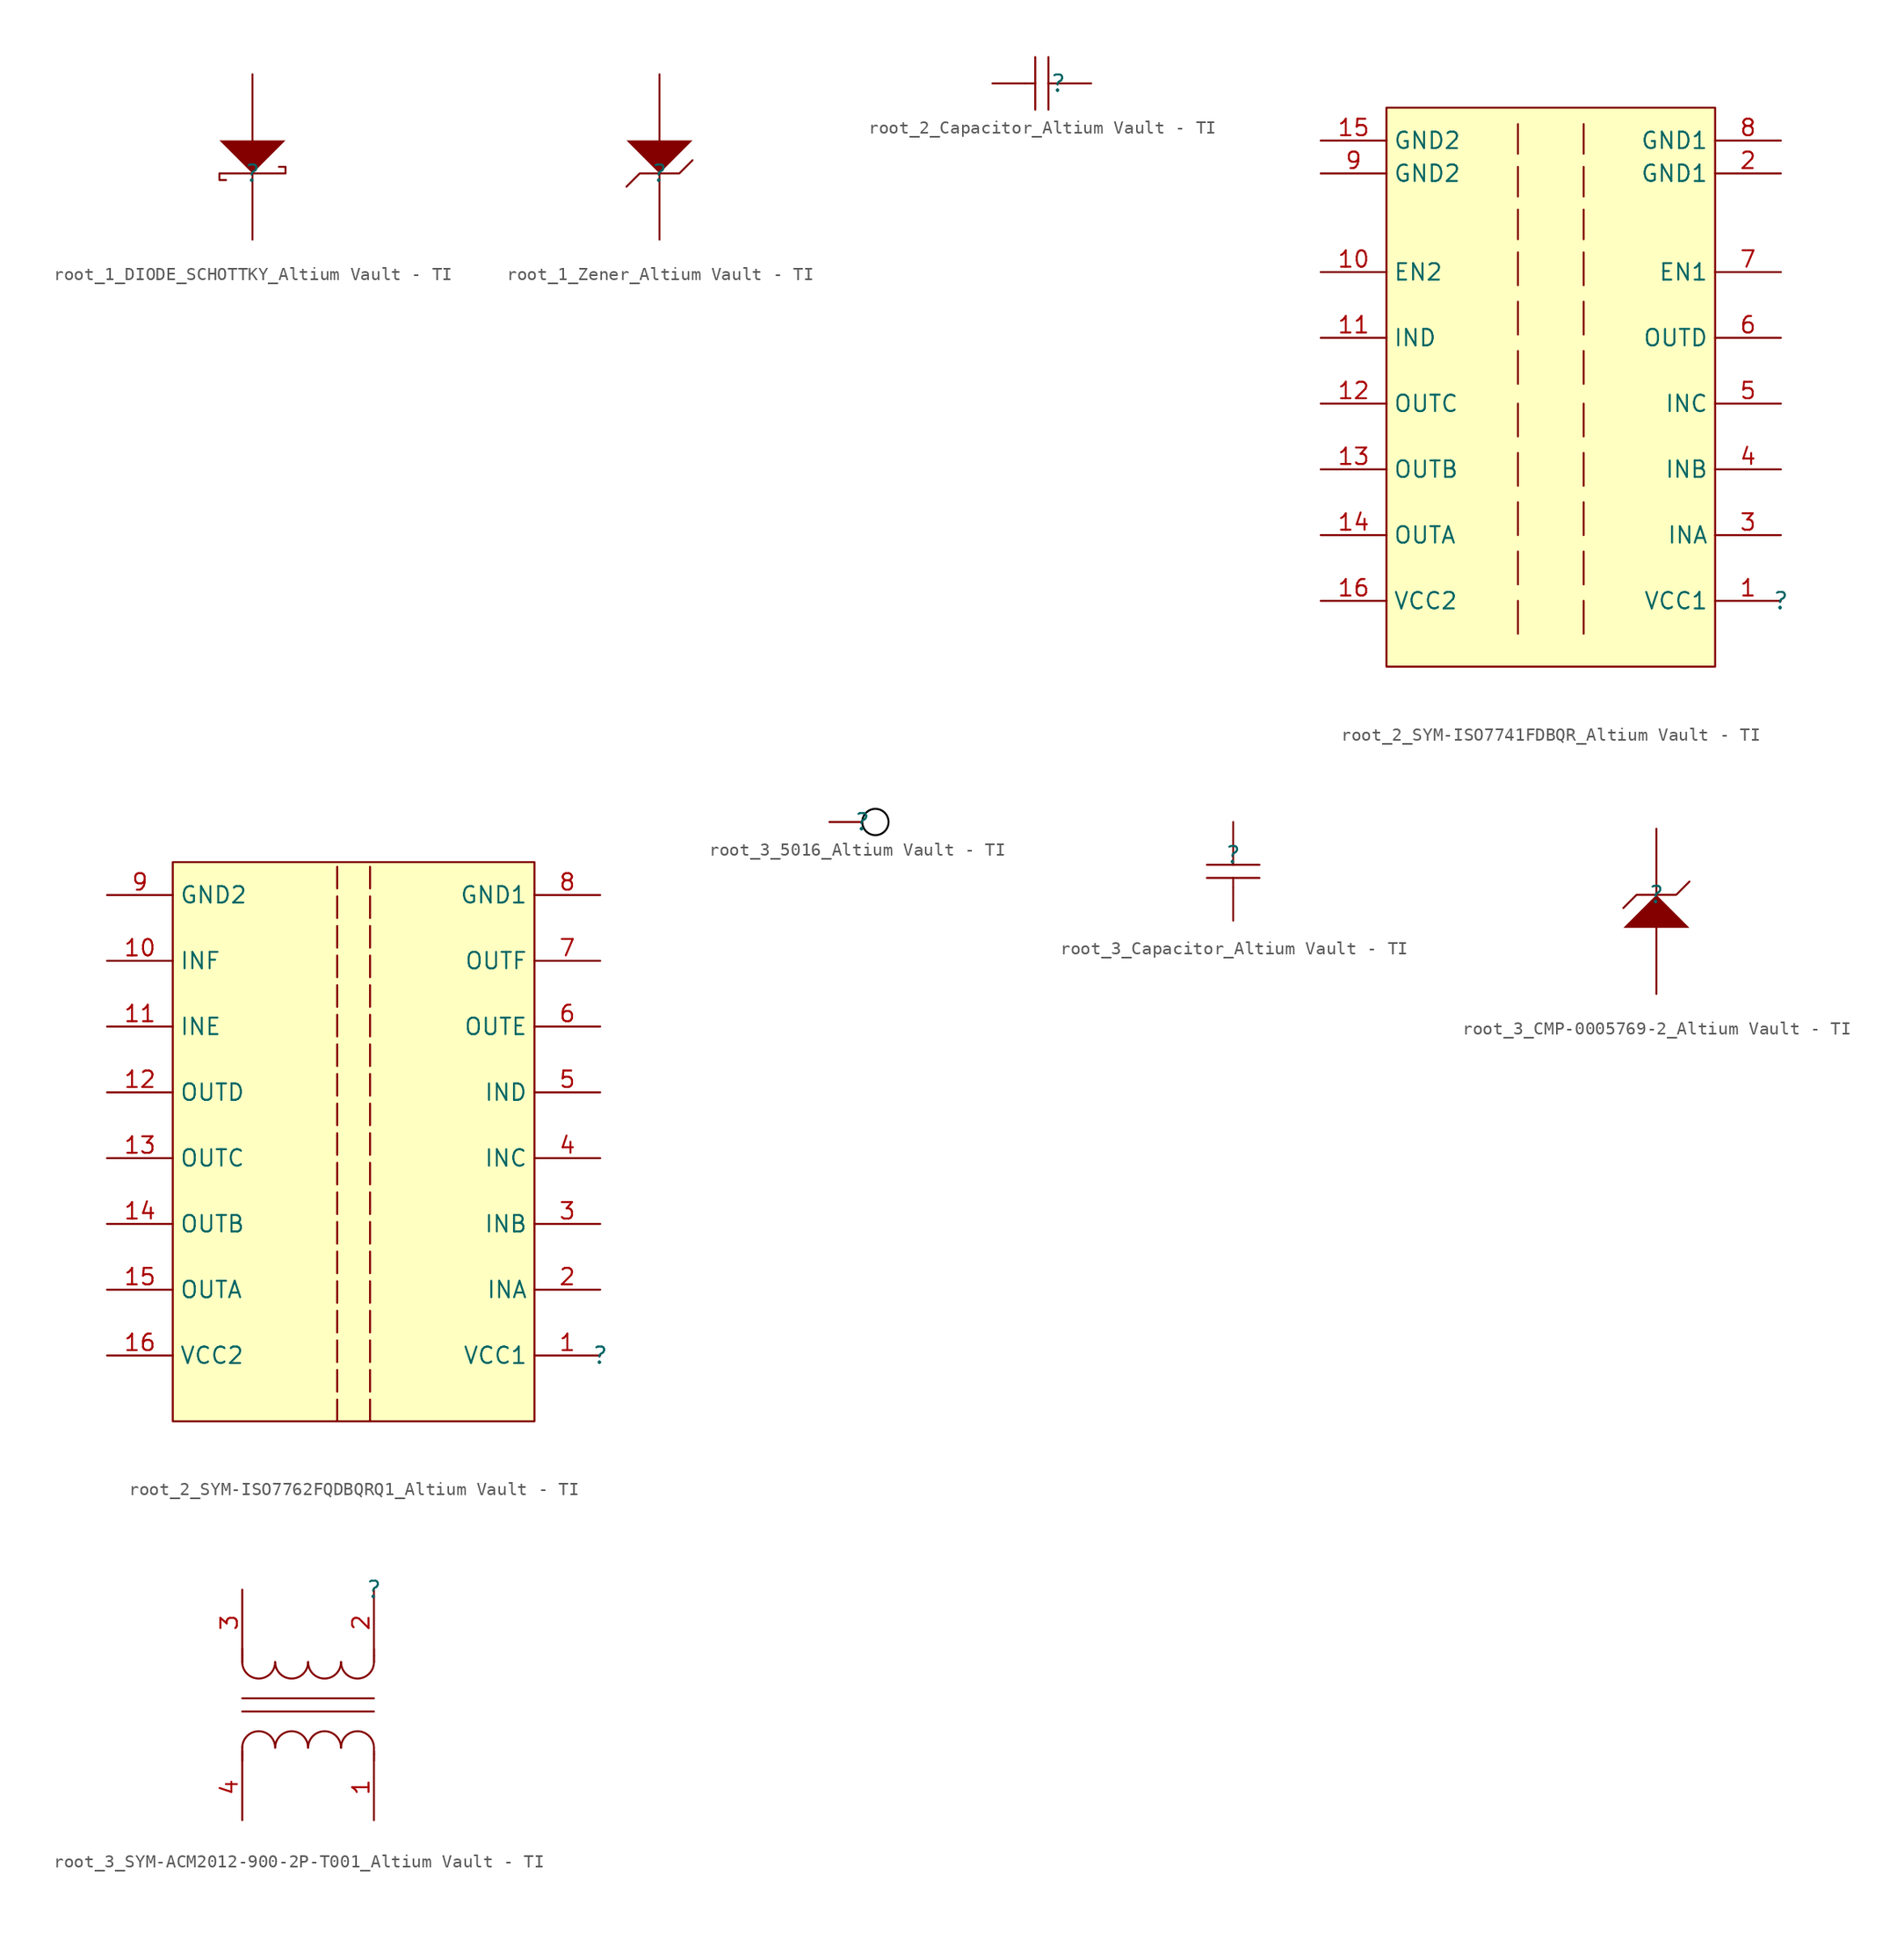
<source format=kicad_sym>
(kicad_symbol_lib
  (version 20241209)
  (generator "kicad_symbol_editor")
  (generator_version "9.0")
  (symbol "root_1_DIODE_SCHOTTKY_Altium Vault - TI"
    (pin_numbers
      (hide yes))
    (pin_names
      (hide yes))
    (property "Reference" ""
      (at 0 0 0)
      (effects (font (size 1.27 1.27))))
    (property "Value" ""
      (at 0 0 0)
      (effects (font (size 1.27 1.27))))
    (symbol "root_1_DIODE_SCHOTTKY_Altium Vault - TI_1_0"
      (polyline (pts (xy -2.54 2.54) (xy 0 0) (xy 2.54 2.54) (xy -2.54 2.54)) (stroke (width -0.0001) (type solid)) (fill (type outline)))
      (polyline (pts (xy -2.032 -0.508) (xy -2.54 -0.508) (xy -2.54 0) (xy 2.54 0) (xy 2.54 0.508) (xy 2.032 0.508)) (stroke (width 0) (type solid)) (fill (type none)))
      (pin passive line (at 0 7.62 270) (length 5.08) (name "A" (effects (font (size 1.27 1.27)))) (number "2" (effects (font (size 1.27 1.27)))))
      (pin passive line (at 0 -5.08 90) (length 5.08) (name "K" (effects (font (size 1.27 1.27)))) (number "1" (effects (font (size 1.27 1.27)))))))
  (symbol "root_1_Zener_Altium Vault - TI"
    (pin_numbers
      (hide yes))
    (pin_names
      (hide yes))
    (property "Reference" ""
      (at 0 0 0)
      (effects (font (size 1.27 1.27))))
    (property "Value" ""
      (at 0 0 0)
      (effects (font (size 1.27 1.27))))
    (symbol "root_1_Zener_Altium Vault - TI_1_0"
      (polyline (pts (xy -2.54 2.54) (xy 0 0) (xy 2.54 2.54) (xy -2.54 2.54)) (stroke (width -0.0001) (type solid)) (fill (type outline)))
      (polyline (pts (xy -2.54 -1.016) (xy -1.524 0) (xy 1.524 0) (xy 2.54 1.016)) (stroke (width 0) (type solid)) (fill (type none)))
      (pin passive line (at 0 7.62 270) (length 5.08) (name "A" (effects (font (size 1.27 1.27)))) (number "2" (effects (font (size 1.27 1.27)))))
      (pin passive line (at 0 -5.08 90) (length 5.08) (name "K" (effects (font (size 1.27 1.27)))) (number "1" (effects (font (size 1.27 1.27)))))))
  (symbol "root_2_Capacitor_Altium Vault - TI"
    (pin_numbers
      (hide yes))
    (pin_names
      (hide yes))
    (property "Reference" ""
      (at 0 0 0)
      (effects (font (size 1.27 1.27))))
    (property "Value" ""
      (at 0 0 0)
      (effects (font (size 1.27 1.27))))
    (symbol "root_2_Capacitor_Altium Vault - TI_1_0"
      (polyline (pts (xy -2.54 0) (xy -1.778 0)) (stroke (width 0) (type solid)) (fill (type none)))
      (polyline (pts (xy -1.778 -2.032) (xy -1.778 2.032)) (stroke (width 0) (type solid)) (fill (type none)))
      (polyline (pts (xy -0.762 -2.032) (xy -0.762 2.032)) (stroke (width 0) (type solid)) (fill (type none)))
      (polyline (pts (xy 0 0) (xy -0.762 0)) (stroke (width 0) (type solid)) (fill (type none)))
      (pin passive line (at -5.08 0 0) (length 2.54) (name "1" (effects (font (size 1.27 1.27)))) (number "1" (effects (font (size 1.27 1.27)))))
      (pin passive line (at 2.54 0 180) (length 2.54) (name "2" (effects (font (size 1.27 1.27)))) (number "2" (effects (font (size 1.27 1.27)))))))
  (symbol "root_2_SYM-ISO7741FDBQR_Altium Vault - TI"
    (property "Reference" ""
      (at 0 0 0)
      (effects (font (size 1.27 1.27))))
    (property "Value" ""
      (at 0 0 0)
      (effects (font (size 1.27 1.27))))
    (symbol "root_2_SYM-ISO7741FDBQR_Altium Vault - TI_1_0"
      (polyline (pts (xy -20.32 36.83) (xy -20.32 34.544)) (stroke (width 0) (type solid)) (fill (type none)))
      (polyline (pts (xy -20.32 33.528) (xy -20.32 31.242)) (stroke (width 0) (type solid)) (fill (type none)))
      (polyline (pts (xy -20.32 30.226) (xy -20.32 27.94)) (stroke (width 0) (type solid)) (fill (type none)))
      (polyline (pts (xy -20.32 26.924) (xy -20.32 24.384)) (stroke (width 0) (type solid)) (fill (type none)))
      (polyline (pts (xy -20.32 23.114) (xy -20.32 20.574)) (stroke (width 0) (type solid)) (fill (type none)))
      (polyline (pts (xy -20.32 19.304) (xy -20.32 16.764)) (stroke (width 0) (type solid)) (fill (type none)))
      (polyline (pts (xy -20.32 15.24) (xy -20.32 12.7)) (stroke (width 0) (type solid)) (fill (type none)))
      (polyline (pts (xy -20.32 11.43) (xy -20.32 8.89)) (stroke (width 0) (type solid)) (fill (type none)))
      (polyline (pts (xy -20.32 7.62) (xy -20.32 5.08)) (stroke (width 0) (type solid)) (fill (type none)))
      (polyline (pts (xy -20.32 3.81) (xy -20.32 1.27)) (stroke (width 0) (type solid)) (fill (type none)))
      (polyline (pts (xy -20.32 -2.54) (xy -20.32 0)) (stroke (width 0) (type solid)) (fill (type none)))
      (polyline (pts (xy -15.24 36.83) (xy -15.24 34.544)) (stroke (width 0) (type solid)) (fill (type none)))
      (polyline (pts (xy -15.24 33.528) (xy -15.24 31.242)) (stroke (width 0) (type solid)) (fill (type none)))
      (polyline (pts (xy -15.24 30.226) (xy -15.24 27.94)) (stroke (width 0) (type solid)) (fill (type none)))
      (polyline (pts (xy -15.24 26.924) (xy -15.24 24.384)) (stroke (width 0) (type solid)) (fill (type none)))
      (polyline (pts (xy -15.24 23.114) (xy -15.24 20.574)) (stroke (width 0) (type solid)) (fill (type none)))
      (polyline (pts (xy -15.24 19.304) (xy -15.24 16.764)) (stroke (width 0) (type solid)) (fill (type none)))
      (polyline (pts (xy -15.24 15.24) (xy -15.24 12.7)) (stroke (width 0) (type solid)) (fill (type none)))
      (polyline (pts (xy -15.24 11.43) (xy -15.24 8.89)) (stroke (width 0) (type solid)) (fill (type none)))
      (polyline (pts (xy -15.24 7.62) (xy -15.24 5.08)) (stroke (width 0) (type solid)) (fill (type none)))
      (polyline (pts (xy -15.24 3.81) (xy -15.24 1.27)) (stroke (width 0) (type solid)) (fill (type none)))
      (polyline (pts (xy -15.24 -2.54) (xy -15.24 0)) (stroke (width 0) (type solid)) (fill (type none)))
      (rectangle (start -5.08 38.1) (end -30.48 -5.08) (stroke (width 0) (type solid) (color 128 0 0 1)) (fill (type background)))
      (pin power_in line (at -35.56 35.56 0) (length 5.08) (name "GND2" (effects (font (size 1.27 1.27)))) (number "15" (effects (font (size 1.27 1.27)))))
      (pin power_in line (at -35.56 33.02 0) (length 5.08) (name "GND2" (effects (font (size 1.27 1.27)))) (number "9" (effects (font (size 1.27 1.27)))))
      (pin input line (at -35.56 25.4 0) (length 5.08) (name "EN2" (effects (font (size 1.27 1.27)))) (number "10" (effects (font (size 1.27 1.27)))))
      (pin input line (at -35.56 20.32 0) (length 5.08) (name "IND" (effects (font (size 1.27 1.27)))) (number "11" (effects (font (size 1.27 1.27)))))
      (pin tri_state line (at -35.56 15.24 0) (length 5.08) (name "OUTC" (effects (font (size 1.27 1.27)))) (number "12" (effects (font (size 1.27 1.27)))))
      (pin tri_state line (at -35.56 10.16 0) (length 5.08) (name "OUTB" (effects (font (size 1.27 1.27)))) (number "13" (effects (font (size 1.27 1.27)))))
      (pin tri_state line (at -35.56 5.08 0) (length 5.08) (name "OUTA" (effects (font (size 1.27 1.27)))) (number "14" (effects (font (size 1.27 1.27)))))
      (pin power_in line (at -35.56 0 0) (length 5.08) (name "VCC2" (effects (font (size 1.27 1.27)))) (number "16" (effects (font (size 1.27 1.27)))))
      (pin power_in line (at 0 35.56 180) (length 5.08) (name "GND1" (effects (font (size 1.27 1.27)))) (number "8" (effects (font (size 1.27 1.27)))))
      (pin power_in line (at 0 33.02 180) (length 5.08) (name "GND1" (effects (font (size 1.27 1.27)))) (number "2" (effects (font (size 1.27 1.27)))))
      (pin input line (at 0 25.4 180) (length 5.08) (name "EN1" (effects (font (size 1.27 1.27)))) (number "7" (effects (font (size 1.27 1.27)))))
      (pin tri_state line (at 0 20.32 180) (length 5.08) (name "OUTD" (effects (font (size 1.27 1.27)))) (number "6" (effects (font (size 1.27 1.27)))))
      (pin input line (at 0 15.24 180) (length 5.08) (name "INC" (effects (font (size 1.27 1.27)))) (number "5" (effects (font (size 1.27 1.27)))))
      (pin input line (at 0 10.16 180) (length 5.08) (name "INB" (effects (font (size 1.27 1.27)))) (number "4" (effects (font (size 1.27 1.27)))))
      (pin input line (at 0 5.08 180) (length 5.08) (name "INA" (effects (font (size 1.27 1.27)))) (number "3" (effects (font (size 1.27 1.27)))))
      (pin power_in line (at 0 0 180) (length 5.08) (name "VCC1" (effects (font (size 1.27 1.27)))) (number "1" (effects (font (size 1.27 1.27)))))))
  (symbol "root_2_SYM-ISO7762FQDBQRQ1_Altium Vault - TI"
    (property "Reference" ""
      (at 0 0 0)
      (effects (font (size 1.27 1.27))))
    (property "Value" ""
      (at 0 0 0)
      (effects (font (size 1.27 1.27))))
    (symbol "root_2_SYM-ISO7762FQDBQRQ1_Altium Vault - TI_1_0"
      (polyline (pts (xy -20.32 -5.08) (xy -20.32 38.1)) (stroke (width 0) (type dash)) (fill (type none)))
      (polyline (pts (xy -17.78 -5.08) (xy -17.78 38.1)) (stroke (width 0) (type dash)) (fill (type none)))
      (rectangle (start -5.08 38.1) (end -33.02 -5.08) (stroke (width 0) (type solid) (color 128 0 0 1)) (fill (type background)))
      (pin power_in line (at -38.1 35.56 0) (length 5.08) (name "GND2" (effects (font (size 1.27 1.27)))) (number "9" (effects (font (size 1.27 1.27)))))
      (pin input line (at -38.1 30.48 0) (length 5.08) (name "INF" (effects (font (size 1.27 1.27)))) (number "10" (effects (font (size 1.27 1.27)))))
      (pin input line (at -38.1 25.4 0) (length 5.08) (name "INE" (effects (font (size 1.27 1.27)))) (number "11" (effects (font (size 1.27 1.27)))))
      (pin output line (at -38.1 20.32 0) (length 5.08) (name "OUTD" (effects (font (size 1.27 1.27)))) (number "12" (effects (font (size 1.27 1.27)))))
      (pin output line (at -38.1 15.24 0) (length 5.08) (name "OUTC" (effects (font (size 1.27 1.27)))) (number "13" (effects (font (size 1.27 1.27)))))
      (pin output line (at -38.1 10.16 0) (length 5.08) (name "OUTB" (effects (font (size 1.27 1.27)))) (number "14" (effects (font (size 1.27 1.27)))))
      (pin output line (at -38.1 5.08 0) (length 5.08) (name "OUTA" (effects (font (size 1.27 1.27)))) (number "15" (effects (font (size 1.27 1.27)))))
      (pin power_in line (at -38.1 0 0) (length 5.08) (name "VCC2" (effects (font (size 1.27 1.27)))) (number "16" (effects (font (size 1.27 1.27)))))
      (pin power_in line (at 0 35.56 180) (length 5.08) (name "GND1" (effects (font (size 1.27 1.27)))) (number "8" (effects (font (size 1.27 1.27)))))
      (pin output line (at 0 30.48 180) (length 5.08) (name "OUTF" (effects (font (size 1.27 1.27)))) (number "7" (effects (font (size 1.27 1.27)))))
      (pin output line (at 0 25.4 180) (length 5.08) (name "OUTE" (effects (font (size 1.27 1.27)))) (number "6" (effects (font (size 1.27 1.27)))))
      (pin input line (at 0 20.32 180) (length 5.08) (name "IND" (effects (font (size 1.27 1.27)))) (number "5" (effects (font (size 1.27 1.27)))))
      (pin input line (at 0 15.24 180) (length 5.08) (name "INC" (effects (font (size 1.27 1.27)))) (number "4" (effects (font (size 1.27 1.27)))))
      (pin input line (at 0 10.16 180) (length 5.08) (name "INB" (effects (font (size 1.27 1.27)))) (number "3" (effects (font (size 1.27 1.27)))))
      (pin input line (at 0 5.08 180) (length 5.08) (name "INA" (effects (font (size 1.27 1.27)))) (number "2" (effects (font (size 1.27 1.27)))))
      (pin power_in line (at 0 0 180) (length 5.08) (name "VCC1" (effects (font (size 1.27 1.27)))) (number "1" (effects (font (size 1.27 1.27)))))))
  (symbol "root_3_5016_Altium Vault - TI"
    (pin_numbers
      (hide yes))
    (pin_names
      (hide yes))
    (property "Reference" ""
      (at 0 0 0)
      (effects (font (size 1.27 1.27))))
    (property "Value" ""
      (at 0 0 0)
      (effects (font (size 1.27 1.27))))
    (symbol "root_3_5016_Altium Vault - TI_1_0"
      (circle (center 1.016 0) (radius 1.016) (stroke (width 0) (type solid) (color 0 0 0 1)) (fill (type color) (color 255 255 255 1)))
      (pin passive line (at -2.54 0 0) (length 2.54) (name "" (effects (font (size 1.27 1.27)))) (number "1" (effects (font (size 1.27 1.27)))))))
  (symbol "root_3_Capacitor_Altium Vault - TI"
    (pin_numbers
      (hide yes))
    (pin_names
      (hide yes))
    (property "Reference" ""
      (at 0 0 0)
      (effects (font (size 1.27 1.27))))
    (property "Value" ""
      (at 0 0 0)
      (effects (font (size 1.27 1.27))))
    (symbol "root_3_Capacitor_Altium Vault - TI_1_0"
      (polyline (pts (xy 0 0) (xy 0 -0.762)) (stroke (width 0) (type solid)) (fill (type none)))
      (polyline (pts (xy 0 -2.54) (xy 0 -1.778)) (stroke (width 0) (type solid)) (fill (type none)))
      (polyline (pts (xy 2.032 -0.762) (xy -2.032 -0.762)) (stroke (width 0) (type solid)) (fill (type none)))
      (polyline (pts (xy 2.032 -1.778) (xy -2.032 -1.778)) (stroke (width 0) (type solid)) (fill (type none)))
      (pin passive line (at 0 2.54 270) (length 2.54) (name "2" (effects (font (size 1.27 1.27)))) (number "2" (effects (font (size 1.27 1.27)))))
      (pin passive line (at 0 -5.08 90) (length 2.54) (name "1" (effects (font (size 1.27 1.27)))) (number "1" (effects (font (size 1.27 1.27)))))))
  (symbol "root_3_CMP-0005769-2_Altium Vault - TI"
    (pin_numbers
      (hide yes))
    (pin_names
      (hide yes))
    (property "Reference" ""
      (at 0 0 0)
      (effects (font (size 1.27 1.27))))
    (property "Value" ""
      (at 0 0 0)
      (effects (font (size 1.27 1.27))))
    (symbol "root_3_CMP-0005769-2_Altium Vault - TI_1_0"
      (polyline (pts (xy 2.54 1.016) (xy 1.524 0) (xy -1.524 0) (xy -2.54 -1.016)) (stroke (width 0) (type solid)) (fill (type none)))
      (polyline (pts (xy 2.54 -2.54) (xy 0 0) (xy -2.54 -2.54) (xy 2.54 -2.54)) (stroke (width -0.0001) (type solid)) (fill (type outline)))
      (pin passive line (at 0 5.08 270) (length 5.08) (name "K" (effects (font (size 1.27 1.27)))) (number "1" (effects (font (size 1.27 1.27)))))
      (pin passive line (at 0 -7.62 90) (length 5.08) (name "A" (effects (font (size 1.27 1.27)))) (number "2" (effects (font (size 1.27 1.27)))))))
  (symbol "root_3_SYM-ACM2012-900-2P-T001_Altium Vault - TI"
    (pin_names
      (hide yes))
    (property "Reference" ""
      (at 0 0 0)
      (effects (font (size 1.27 1.27))))
    (property "Value" ""
      (at 0 0 0)
      (effects (font (size 1.27 1.27))))
    (symbol "root_3_SYM-ACM2012-900-2P-T001_Altium Vault - TI_1_0"
      (polyline (pts (xy -10.16 -5.588) (xy -10.16 -4.572)) (stroke (width 0) (type solid)) (fill (type none)))
      (polyline (pts (xy -10.16 -5.588) (xy -10.16 -5.08)) (stroke (width 0) (type solid)) (fill (type none)))
      (polyline (pts (xy -10.16 -12.192) (xy -10.16 -13.208)) (stroke (width 0) (type solid)) (fill (type none)))
      (polyline (pts (xy -10.16 -12.446) (xy -10.16 -12.7)) (stroke (width 0) (type solid)) (fill (type none)))
      (arc (start -7.62 -5.588) (mid -8.89 -6.858) (end -10.16 -5.588) (stroke (width 0) (type solid)) (fill (type none)))
      (arc (start -10.16 -12.192) (mid -8.89 -10.922) (end -7.62 -12.192) (stroke (width 0) (type solid)) (fill (type none)))
      (arc (start -5.08 -5.588) (mid -6.35 -6.858) (end -7.62 -5.588) (stroke (width 0) (type solid)) (fill (type none)))
      (arc (start -7.62 -12.192) (mid -6.35 -10.922) (end -5.08 -12.192) (stroke (width 0) (type solid)) (fill (type none)))
      (arc (start -2.54 -5.588) (mid -3.81 -6.858) (end -5.08 -5.588) (stroke (width 0) (type solid)) (fill (type none)))
      (arc (start -5.08 -12.192) (mid -3.81 -10.922) (end -2.54 -12.192) (stroke (width 0) (type solid)) (fill (type none)))
      (arc (start 0 -5.588) (mid -1.27 -6.858) (end -2.54 -5.588) (stroke (width 0) (type solid)) (fill (type none)))
      (arc (start -2.54 -12.192) (mid -1.27 -10.922) (end 0 -12.192) (stroke (width 0) (type solid)) (fill (type none)))
      (polyline (pts (xy 0 -5.588) (xy 0 -4.572)) (stroke (width 0) (type solid)) (fill (type none)))
      (polyline (pts (xy 0 -5.588) (xy 0 -5.08)) (stroke (width 0) (type solid)) (fill (type none)))
      (polyline (pts (xy 0 -8.382) (xy -10.16 -8.382)) (stroke (width 0) (type solid)) (fill (type none)))
      (polyline (pts (xy 0 -9.398) (xy -10.16 -9.398)) (stroke (width 0) (type solid)) (fill (type none)))
      (polyline (pts (xy 0 -12.192) (xy 0 -13.208)) (stroke (width 0) (type solid)) (fill (type none)))
      (polyline (pts (xy 0 -12.446) (xy 0 -12.7)) (stroke (width 0) (type solid)) (fill (type none)))
      (pin passive line (at -10.16 0 270) (length 5.08) (name "3" (effects (font (size 1.27 1.27)))) (number "3" (effects (font (size 1.27 1.27)))))
      (pin passive line (at -10.16 -17.78 90) (length 5.08) (name "4" (effects (font (size 1.27 1.27)))) (number "4" (effects (font (size 1.27 1.27)))))
      (pin passive line (at 0 0 270) (length 5.08) (name "2" (effects (font (size 1.27 1.27)))) (number "2" (effects (font (size 1.27 1.27)))))
      (pin passive line (at 0 -17.78 90) (length 5.08) (name "1" (effects (font (size 1.27 1.27)))) (number "1" (effects (font (size 1.27 1.27))))))))
</source>
